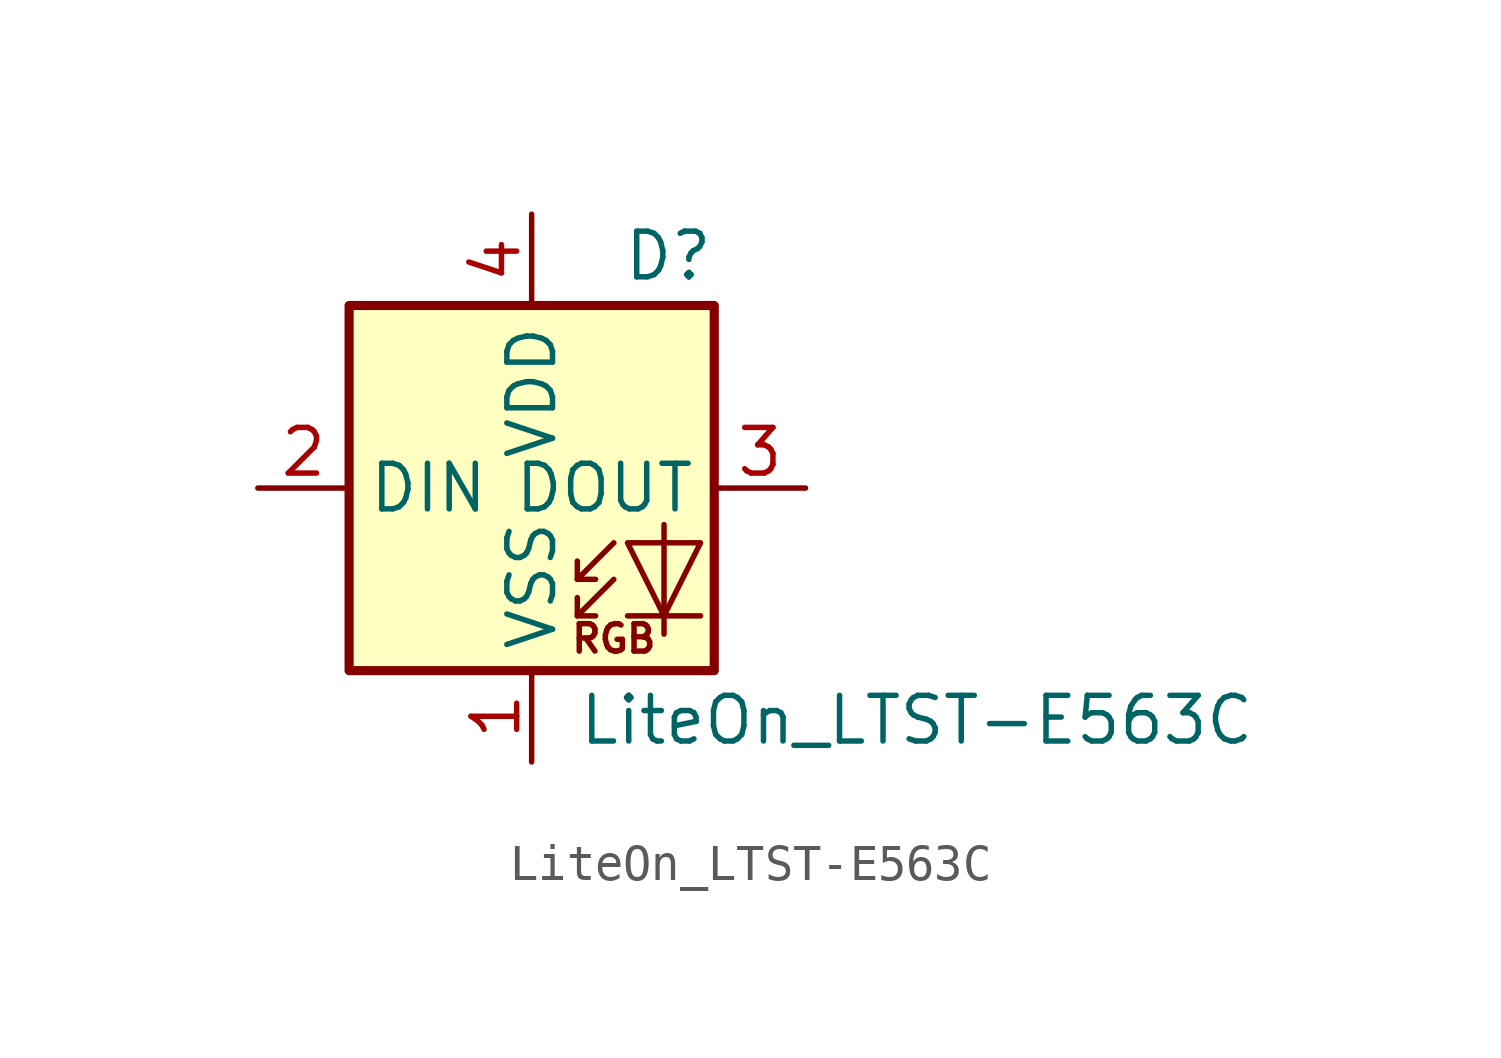
<source format=kicad_sym>
(kicad_symbol_lib
  (version 20220914)
  (generator kicad_symbol_editor)
  (symbol "LiteOn_LTST-E563C"
    (property "Reference" "D"
      (at 5.08 5.715 0)
      (effects (font (size 1.27 1.27)) (justify right bottom)))
    (property "Value" "LiteOn_LTST-E563C"
      (at 1.27 -5.715 0)
      (effects (font (size 1.27 1.27)) (justify left top)))
    (symbol "LiteOn_LTST-E563C_0_0"
      (text "RGB" (at 2.286 -4.191 0) (effects (font (size 0.762 0.762)))))
    (symbol "LiteOn_LTST-E563C_0_1"
      (polyline (pts (xy 1.27 -3.556) (xy 1.778 -3.556)) (stroke (width 0) (type default)) (fill (type none)))
      (polyline (pts (xy 1.27 -2.54) (xy 1.778 -2.54)) (stroke (width 0) (type default)) (fill (type none)))
      (polyline (pts (xy 4.699 -3.556) (xy 2.667 -3.556)) (stroke (width 0) (type default)) (fill (type none)))
      (polyline (pts (xy 2.286 -2.54) (xy 1.27 -3.556) (xy 1.27 -3.048)) (stroke (width 0) (type default)) (fill (type none)))
      (polyline (pts (xy 2.286 -1.524) (xy 1.27 -2.54) (xy 1.27 -2.032)) (stroke (width 0) (type default)) (fill (type none)))
      (polyline (pts (xy 3.683 -1.016) (xy 3.683 -3.556) (xy 3.683 -4.064)) (stroke (width 0) (type default)) (fill (type none)))
      (polyline (pts (xy 4.699 -1.524) (xy 2.667 -1.524) (xy 3.683 -3.556) (xy 4.699 -1.524)) (stroke (width 0) (type default)) (fill (type none)))
      (rectangle (start 5.08 5.08) (end -5.08 -5.08) (stroke (width 0.254) (type default)) (fill (type background))))
    (symbol "LiteOn_LTST-E563C_1_1"
      (pin power_in line (at 0 -7.62 90) (length 2.54) (name "VSS" (effects (font (size 1.27 1.27)))) (number "1" (effects (font (size 1.27 1.27)))))
      (pin input line (at -7.62 0 0) (length 2.54) (name "DIN" (effects (font (size 1.27 1.27)))) (number "2" (effects (font (size 1.27 1.27)))))
      (pin output line (at 7.62 0 180) (length 2.54) (name "DOUT" (effects (font (size 1.27 1.27)))) (number "3" (effects (font (size 1.27 1.27)))))
      (pin power_in line (at 0 7.62 270) (length 2.54) (name "VDD" (effects (font (size 1.27 1.27)))) (number "4" (effects (font (size 1.27 1.27))))))))
</source>
